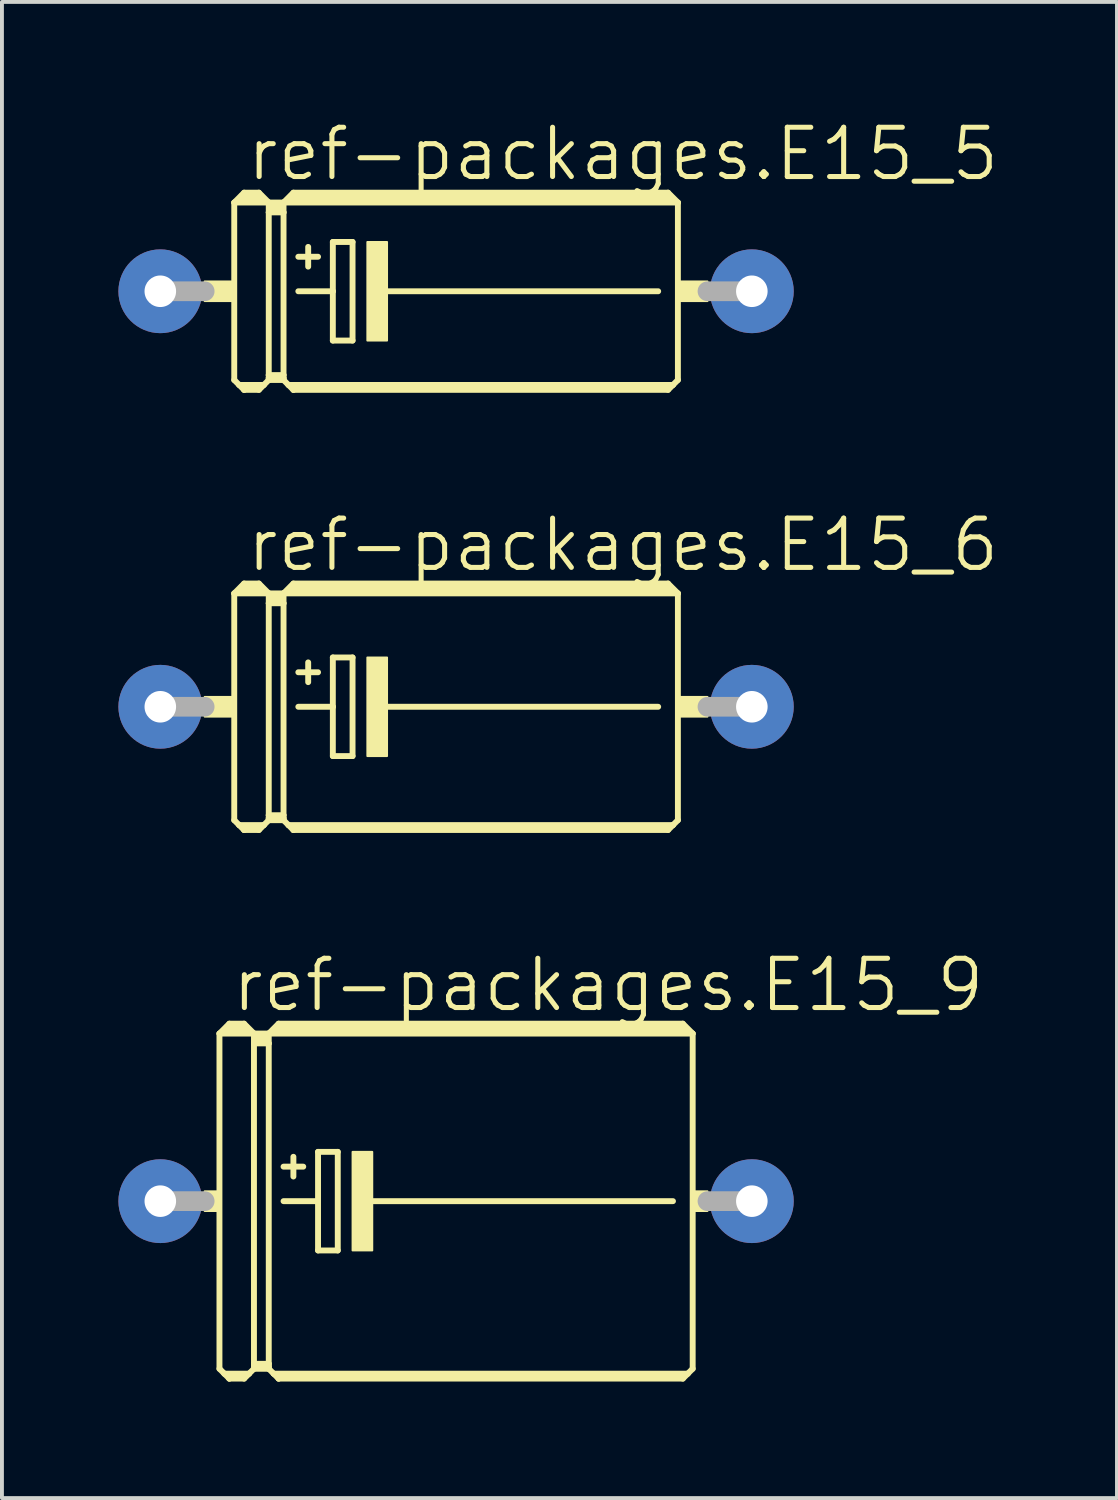
<source format=kicad_pcb>
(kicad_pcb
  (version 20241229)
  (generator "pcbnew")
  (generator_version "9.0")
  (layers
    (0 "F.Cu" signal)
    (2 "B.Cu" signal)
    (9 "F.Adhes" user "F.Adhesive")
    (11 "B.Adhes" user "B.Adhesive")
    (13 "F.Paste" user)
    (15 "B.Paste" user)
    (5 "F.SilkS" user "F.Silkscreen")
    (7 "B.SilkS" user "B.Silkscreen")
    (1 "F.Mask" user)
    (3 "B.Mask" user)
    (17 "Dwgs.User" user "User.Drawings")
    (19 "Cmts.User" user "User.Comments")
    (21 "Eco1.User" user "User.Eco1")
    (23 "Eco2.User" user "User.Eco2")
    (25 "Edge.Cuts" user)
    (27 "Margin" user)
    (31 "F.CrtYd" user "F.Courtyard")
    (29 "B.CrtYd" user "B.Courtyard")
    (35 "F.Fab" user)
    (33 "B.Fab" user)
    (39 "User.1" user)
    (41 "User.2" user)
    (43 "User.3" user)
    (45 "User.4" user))
  (footprint "ref-packages.E15_6"
    (layer "F.Cu")
    (at 8.7 15.159)
    (property "Reference" "ref-packages.E15_6" (at -5.461 -3.429 0) (layer "F.SilkS") (effects (font (size 1.27 1.27) (thickness 0.13)) (justify left bottom)))
    (attr through_hole)
    (fp_line (start -5.715 -2.921) (end -4.826 -2.921) (stroke (width 0.152) (type default)) (layer "F.SilkS"))
    (fp_line (start -5.715 2.921) (end -5.715 -2.921) (stroke (width 0.152) (type default)) (layer "F.SilkS"))
    (fp_line (start -5.715 2.921) (end -5.588 3.048) (stroke (width 0.152) (type default)) (layer "F.SilkS"))
    (fp_line (start -5.588 3.048) (end -5.461 3.175) (stroke (width 0.152) (type default)) (layer "F.SilkS"))
    (fp_line (start -5.588 3.048) (end -4.953 3.048) (stroke (width 0.152) (type default)) (layer "F.SilkS"))
    (fp_line (start -5.461 -3.175) (end -5.715 -2.921) (stroke (width 0.152) (type default)) (layer "F.SilkS"))
    (fp_line (start -5.461 -3.175) (end -5.08 -3.175) (stroke (width 0.152) (type default)) (layer "F.SilkS"))
    (fp_line (start -5.461 -3.048) (end -5.08 -3.048) (stroke (width 0.305) (type default)) (layer "F.SilkS"))
    (fp_line (start -5.461 3.124) (end -5.461 3.175) (stroke (width 0.152) (type default)) (layer "F.SilkS"))
    (fp_line (start -5.461 3.175) (end -5.08 3.175) (stroke (width 0.152) (type default)) (layer "F.SilkS"))
    (fp_line (start -5.08 -3.175) (end -4.826 -2.921) (stroke (width 0.152) (type default)) (layer "F.SilkS"))
    (fp_line (start -5.08 3.124) (end -5.461 3.124) (stroke (width 0.152) (type default)) (layer "F.SilkS"))
    (fp_line (start -5.08 3.175) (end -4.953 3.048) (stroke (width 0.152) (type default)) (layer "F.SilkS"))
    (fp_line (start -4.953 3.048) (end -4.826 2.921) (stroke (width 0.152) (type default)) (layer "F.SilkS"))
    (fp_line (start -4.826 -2.921) (end -4.826 -2.667) (stroke (width 0.152) (type default)) (layer "F.SilkS"))
    (fp_line (start -4.826 -2.921) (end -4.445 -2.921) (stroke (width 0.152) (type default)) (layer "F.SilkS"))
    (fp_line (start -4.826 -2.667) (end -4.826 2.794) (stroke (width 0.152) (type default)) (layer "F.SilkS"))
    (fp_line (start -4.826 -2.667) (end -4.445 -2.667) (stroke (width 0.152) (type default)) (layer "F.SilkS"))
    (fp_line (start -4.826 2.794) (end -4.826 2.87) (stroke (width 0.152) (type default)) (layer "F.SilkS"))
    (fp_line (start -4.826 2.794) (end -4.445 2.794) (stroke (width 0.152) (type default)) (layer "F.SilkS"))
    (fp_line (start -4.826 2.87) (end -4.826 2.921) (stroke (width 0.152) (type default)) (layer "F.SilkS"))
    (fp_line (start -4.826 2.921) (end -4.445 2.921) (stroke (width 0.152) (type default)) (layer "F.SilkS"))
    (fp_line (start -4.699 -2.794) (end -4.572 -2.794) (stroke (width 0.305) (type default)) (layer "F.SilkS"))
    (fp_line (start -4.445 -2.921) (end -4.445 -2.667) (stroke (width 0.152) (type default)) (layer "F.SilkS"))
    (fp_line (start -4.445 -2.921) (end -4.191 -3.175) (stroke (width 0.152) (type default)) (layer "F.SilkS"))
    (fp_line (start -4.445 -2.921) (end 5.715 -2.921) (stroke (width 0.152) (type default)) (layer "F.SilkS"))
    (fp_line (start -4.445 -2.667) (end -4.445 2.794) (stroke (width 0.152) (type default)) (layer "F.SilkS"))
    (fp_line (start -4.445 2.794) (end -4.445 2.87) (stroke (width 0.152) (type default)) (layer "F.SilkS"))
    (fp_line (start -4.445 2.87) (end -4.826 2.87) (stroke (width 0.152) (type default)) (layer "F.SilkS"))
    (fp_line (start -4.445 2.87) (end -4.445 2.921) (stroke (width 0.152) (type default)) (layer "F.SilkS"))
    (fp_line (start -4.445 2.921) (end -4.318 3.048) (stroke (width 0.152) (type default)) (layer "F.SilkS"))
    (fp_line (start -4.318 3.048) (end -4.191 3.175) (stroke (width 0.152) (type default)) (layer "F.SilkS"))
    (fp_line (start -4.318 3.048) (end 5.588 3.048) (stroke (width 0.152) (type default)) (layer "F.SilkS"))
    (fp_line (start -4.191 -3.175) (end 5.461 -3.175) (stroke (width 0.152) (type default)) (layer "F.SilkS"))
    (fp_line (start -4.191 -3.048) (end 5.461 -3.048) (stroke (width 0.305) (type default)) (layer "F.SilkS"))
    (fp_line (start -4.191 3.124) (end -4.191 3.175) (stroke (width 0.152) (type default)) (layer "F.SilkS"))
    (fp_line (start -4.191 3.175) (end 5.461 3.175) (stroke (width 0.152) (type default)) (layer "F.SilkS"))
    (fp_line (start -4.064 -0.889) (end -3.556 -0.889) (stroke (width 0.152) (type default)) (layer "F.SilkS"))
    (fp_line (start -4.064 0) (end -3.175 0) (stroke (width 0.152) (type default)) (layer "F.SilkS"))
    (fp_line (start -3.81 -1.143) (end -3.81 -0.635) (stroke (width 0.152) (type default)) (layer "F.SilkS"))
    (fp_line (start -3.175 -1.27) (end -3.175 0) (stroke (width 0.152) (type default)) (layer "F.SilkS"))
    (fp_line (start -3.175 0) (end -3.175 1.27) (stroke (width 0.152) (type default)) (layer "F.SilkS"))
    (fp_line (start -3.175 1.27) (end -2.667 1.27) (stroke (width 0.152) (type default)) (layer "F.SilkS"))
    (fp_line (start -2.667 -1.27) (end -3.175 -1.27) (stroke (width 0.152) (type default)) (layer "F.SilkS"))
    (fp_line (start -2.667 1.27) (end -2.667 -1.27) (stroke (width 0.152) (type default)) (layer "F.SilkS"))
    (fp_line (start -1.905 0) (end 5.207 0) (stroke (width 0.152) (type default)) (layer "F.SilkS"))
    (fp_line (start 5.461 3.124) (end -4.191 3.124) (stroke (width 0.152) (type default)) (layer "F.SilkS"))
    (fp_line (start 5.588 3.048) (end 5.461 3.175) (stroke (width 0.152) (type default)) (layer "F.SilkS"))
    (fp_line (start 5.715 -2.921) (end 5.461 -3.175) (stroke (width 0.152) (type default)) (layer "F.SilkS"))
    (fp_line (start 5.715 -2.921) (end 5.715 2.921) (stroke (width 0.152) (type default)) (layer "F.SilkS"))
    (fp_line (start 5.715 2.921) (end 5.588 3.048) (stroke (width 0.152) (type default)) (layer "F.SilkS"))
    (fp_rect (start -6.477 0.254) (end -5.715 -0.254) (stroke (width 0.05) (type default)) (fill yes) (layer "F.SilkS"))
    (fp_rect (start -2.286 1.27) (end -1.778 -1.27) (stroke (width 0.05) (type default)) (fill yes) (layer "F.SilkS"))
    (fp_rect (start 5.715 0.254) (end 6.477 -0.254) (stroke (width 0.05) (type default)) (fill yes) (layer "F.SilkS"))
    (fp_line (start -7.62 0) (end -6.477 0) (stroke (width 0.508) (type default)) (layer "F.Fab"))
    (fp_line (start 7.62 0) (end 6.477 0) (stroke (width 0.508) (type default)) (layer "F.Fab"))
    (pad "+" thru_hole circle (at -7.62 0) (size 2.159 2.159) (drill 0.813) (layers "*.Cu" "*.Mask"))
    (pad "-" thru_hole circle (at 7.62 0) (size 2.159 2.159) (drill 0.813) (layers "*.Cu" "*.Mask")))
  (footprint "ref-packages.E15_5"
    (layer "F.Cu")
    (at 8.7 4.454)
    (property "Reference" "ref-packages.E15_5" (at -5.461 -2.794 0) (layer "F.SilkS") (effects (font (size 1.27 1.27) (thickness 0.13)) (justify left bottom)))
    (attr through_hole)
    (fp_line (start -5.715 -2.286) (end -4.826 -2.286) (stroke (width 0.152) (type default)) (layer "F.SilkS"))
    (fp_line (start -5.715 2.286) (end -5.715 -2.286) (stroke (width 0.152) (type default)) (layer "F.SilkS"))
    (fp_line (start -5.715 2.286) (end -5.588 2.413) (stroke (width 0.152) (type default)) (layer "F.SilkS"))
    (fp_line (start -5.588 2.413) (end -5.461 2.54) (stroke (width 0.152) (type default)) (layer "F.SilkS"))
    (fp_line (start -5.588 2.413) (end -4.953 2.413) (stroke (width 0.152) (type default)) (layer "F.SilkS"))
    (fp_line (start -5.461 -2.54) (end -5.715 -2.286) (stroke (width 0.152) (type default)) (layer "F.SilkS"))
    (fp_line (start -5.461 -2.54) (end -5.08 -2.54) (stroke (width 0.152) (type default)) (layer "F.SilkS"))
    (fp_line (start -5.461 -2.413) (end -5.08 -2.413) (stroke (width 0.305) (type default)) (layer "F.SilkS"))
    (fp_line (start -5.461 2.489) (end -5.461 2.54) (stroke (width 0.152) (type default)) (layer "F.SilkS"))
    (fp_line (start -5.461 2.54) (end -5.08 2.54) (stroke (width 0.152) (type default)) (layer "F.SilkS"))
    (fp_line (start -5.08 -2.54) (end -4.826 -2.286) (stroke (width 0.152) (type default)) (layer "F.SilkS"))
    (fp_line (start -5.08 2.489) (end -5.461 2.489) (stroke (width 0.152) (type default)) (layer "F.SilkS"))
    (fp_line (start -5.08 2.54) (end -4.953 2.413) (stroke (width 0.152) (type default)) (layer "F.SilkS"))
    (fp_line (start -4.953 2.413) (end -4.826 2.286) (stroke (width 0.152) (type default)) (layer "F.SilkS"))
    (fp_line (start -4.826 -2.286) (end -4.826 -2.032) (stroke (width 0.152) (type default)) (layer "F.SilkS"))
    (fp_line (start -4.826 -2.286) (end -4.445 -2.286) (stroke (width 0.152) (type default)) (layer "F.SilkS"))
    (fp_line (start -4.826 -2.032) (end -4.826 2.159) (stroke (width 0.152) (type default)) (layer "F.SilkS"))
    (fp_line (start -4.826 -2.032) (end -4.445 -2.032) (stroke (width 0.152) (type default)) (layer "F.SilkS"))
    (fp_line (start -4.826 2.159) (end -4.826 2.235) (stroke (width 0.152) (type default)) (layer "F.SilkS"))
    (fp_line (start -4.826 2.159) (end -4.445 2.159) (stroke (width 0.152) (type default)) (layer "F.SilkS"))
    (fp_line (start -4.826 2.235) (end -4.826 2.286) (stroke (width 0.152) (type default)) (layer "F.SilkS"))
    (fp_line (start -4.826 2.286) (end -4.445 2.286) (stroke (width 0.152) (type default)) (layer "F.SilkS"))
    (fp_line (start -4.699 -2.159) (end -4.572 -2.159) (stroke (width 0.305) (type default)) (layer "F.SilkS"))
    (fp_line (start -4.445 -2.286) (end -4.445 -2.032) (stroke (width 0.152) (type default)) (layer "F.SilkS"))
    (fp_line (start -4.445 -2.286) (end -4.191 -2.54) (stroke (width 0.152) (type default)) (layer "F.SilkS"))
    (fp_line (start -4.445 -2.286) (end 5.715 -2.286) (stroke (width 0.152) (type default)) (layer "F.SilkS"))
    (fp_line (start -4.445 -2.032) (end -4.445 2.159) (stroke (width 0.152) (type default)) (layer "F.SilkS"))
    (fp_line (start -4.445 2.159) (end -4.445 2.235) (stroke (width 0.152) (type default)) (layer "F.SilkS"))
    (fp_line (start -4.445 2.235) (end -4.826 2.235) (stroke (width 0.152) (type default)) (layer "F.SilkS"))
    (fp_line (start -4.445 2.235) (end -4.445 2.286) (stroke (width 0.152) (type default)) (layer "F.SilkS"))
    (fp_line (start -4.445 2.286) (end -4.318 2.413) (stroke (width 0.152) (type default)) (layer "F.SilkS"))
    (fp_line (start -4.318 2.413) (end -4.191 2.54) (stroke (width 0.152) (type default)) (layer "F.SilkS"))
    (fp_line (start -4.318 2.413) (end 5.588 2.413) (stroke (width 0.152) (type default)) (layer "F.SilkS"))
    (fp_line (start -4.191 -2.54) (end 5.461 -2.54) (stroke (width 0.152) (type default)) (layer "F.SilkS"))
    (fp_line (start -4.191 -2.413) (end 5.461 -2.413) (stroke (width 0.305) (type default)) (layer "F.SilkS"))
    (fp_line (start -4.191 2.489) (end -4.191 2.54) (stroke (width 0.152) (type default)) (layer "F.SilkS"))
    (fp_line (start -4.191 2.54) (end 5.461 2.54) (stroke (width 0.152) (type default)) (layer "F.SilkS"))
    (fp_line (start -4.064 -0.889) (end -3.556 -0.889) (stroke (width 0.152) (type default)) (layer "F.SilkS"))
    (fp_line (start -4.064 0) (end -3.175 0) (stroke (width 0.152) (type default)) (layer "F.SilkS"))
    (fp_line (start -3.81 -1.143) (end -3.81 -0.635) (stroke (width 0.152) (type default)) (layer "F.SilkS"))
    (fp_line (start -3.175 -1.27) (end -3.175 0) (stroke (width 0.152) (type default)) (layer "F.SilkS"))
    (fp_line (start -3.175 0) (end -3.175 1.27) (stroke (width 0.152) (type default)) (layer "F.SilkS"))
    (fp_line (start -3.175 1.27) (end -2.667 1.27) (stroke (width 0.152) (type default)) (layer "F.SilkS"))
    (fp_line (start -2.667 -1.27) (end -3.175 -1.27) (stroke (width 0.152) (type default)) (layer "F.SilkS"))
    (fp_line (start -2.667 1.27) (end -2.667 -1.27) (stroke (width 0.152) (type default)) (layer "F.SilkS"))
    (fp_line (start -1.905 0) (end 5.207 0) (stroke (width 0.152) (type default)) (layer "F.SilkS"))
    (fp_line (start 5.461 2.489) (end -4.191 2.489) (stroke (width 0.152) (type default)) (layer "F.SilkS"))
    (fp_line (start 5.588 2.413) (end 5.461 2.54) (stroke (width 0.152) (type default)) (layer "F.SilkS"))
    (fp_line (start 5.715 -2.286) (end 5.461 -2.54) (stroke (width 0.152) (type default)) (layer "F.SilkS"))
    (fp_line (start 5.715 -2.286) (end 5.715 2.286) (stroke (width 0.152) (type default)) (layer "F.SilkS"))
    (fp_line (start 5.715 2.286) (end 5.588 2.413) (stroke (width 0.152) (type default)) (layer "F.SilkS"))
    (fp_rect (start -6.477 0.254) (end -5.715 -0.254) (stroke (width 0.05) (type default)) (fill yes) (layer "F.SilkS"))
    (fp_rect (start -2.286 1.27) (end -1.778 -1.27) (stroke (width 0.05) (type default)) (fill yes) (layer "F.SilkS"))
    (fp_rect (start 5.715 0.254) (end 6.477 -0.254) (stroke (width 0.05) (type default)) (fill yes) (layer "F.SilkS"))
    (fp_line (start -7.62 0) (end -6.477 0) (stroke (width 0.508) (type default)) (layer "F.Fab"))
    (fp_line (start 7.62 0) (end 6.477 0) (stroke (width 0.508) (type default)) (layer "F.Fab"))
    (pad "+" thru_hole circle (at -7.62 0) (size 2.159 2.159) (drill 0.813) (layers "*.Cu" "*.Mask"))
    (pad "-" thru_hole circle (at 7.62 0) (size 2.159 2.159) (drill 0.813) (layers "*.Cu" "*.Mask")))
  (footprint "ref-packages.E15_9"
    (layer "F.Cu")
    (at 8.7 27.896)
    (property "Reference" "ref-packages.E15_9" (at -5.842 -4.826 0) (layer "F.SilkS") (effects (font (size 1.27 1.27) (thickness 0.13)) (justify left bottom)))
    (attr through_hole)
    (fp_line (start -6.096 -4.318) (end -5.207 -4.318) (stroke (width 0.152) (type default)) (layer "F.SilkS"))
    (fp_line (start -6.096 4.318) (end -6.096 -4.318) (stroke (width 0.152) (type default)) (layer "F.SilkS"))
    (fp_line (start -6.096 4.318) (end -5.969 4.445) (stroke (width 0.152) (type default)) (layer "F.SilkS"))
    (fp_line (start -5.969 4.445) (end -5.842 4.572) (stroke (width 0.152) (type default)) (layer "F.SilkS"))
    (fp_line (start -5.969 4.445) (end -5.334 4.445) (stroke (width 0.152) (type default)) (layer "F.SilkS"))
    (fp_line (start -5.842 -4.572) (end -6.096 -4.318) (stroke (width 0.152) (type default)) (layer "F.SilkS"))
    (fp_line (start -5.842 -4.572) (end -5.461 -4.572) (stroke (width 0.152) (type default)) (layer "F.SilkS"))
    (fp_line (start -5.842 -4.445) (end -5.461 -4.445) (stroke (width 0.305) (type default)) (layer "F.SilkS"))
    (fp_line (start -5.842 4.521) (end -5.842 4.572) (stroke (width 0.152) (type default)) (layer "F.SilkS"))
    (fp_line (start -5.842 4.572) (end -5.461 4.572) (stroke (width 0.152) (type default)) (layer "F.SilkS"))
    (fp_line (start -5.461 -4.572) (end -5.207 -4.318) (stroke (width 0.152) (type default)) (layer "F.SilkS"))
    (fp_line (start -5.461 4.521) (end -5.842 4.521) (stroke (width 0.152) (type default)) (layer "F.SilkS"))
    (fp_line (start -5.461 4.572) (end -5.334 4.445) (stroke (width 0.152) (type default)) (layer "F.SilkS"))
    (fp_line (start -5.334 4.445) (end -5.207 4.318) (stroke (width 0.152) (type default)) (layer "F.SilkS"))
    (fp_line (start -5.207 -4.318) (end -5.207 -4.064) (stroke (width 0.152) (type default)) (layer "F.SilkS"))
    (fp_line (start -5.207 -4.318) (end -4.826 -4.318) (stroke (width 0.152) (type default)) (layer "F.SilkS"))
    (fp_line (start -5.207 -4.064) (end -5.207 4.191) (stroke (width 0.152) (type default)) (layer "F.SilkS"))
    (fp_line (start -5.207 -4.064) (end -4.826 -4.064) (stroke (width 0.152) (type default)) (layer "F.SilkS"))
    (fp_line (start -5.207 4.191) (end -5.207 4.267) (stroke (width 0.152) (type default)) (layer "F.SilkS"))
    (fp_line (start -5.207 4.191) (end -4.826 4.191) (stroke (width 0.152) (type default)) (layer "F.SilkS"))
    (fp_line (start -5.207 4.267) (end -5.207 4.318) (stroke (width 0.152) (type default)) (layer "F.SilkS"))
    (fp_line (start -5.207 4.318) (end -4.826 4.318) (stroke (width 0.152) (type default)) (layer "F.SilkS"))
    (fp_line (start -5.08 -4.191) (end -4.953 -4.191) (stroke (width 0.305) (type default)) (layer "F.SilkS"))
    (fp_line (start -4.826 -4.318) (end -4.826 -4.064) (stroke (width 0.152) (type default)) (layer "F.SilkS"))
    (fp_line (start -4.826 -4.318) (end -4.572 -4.572) (stroke (width 0.152) (type default)) (layer "F.SilkS"))
    (fp_line (start -4.826 -4.318) (end 6.096 -4.318) (stroke (width 0.152) (type default)) (layer "F.SilkS"))
    (fp_line (start -4.826 -4.064) (end -4.826 4.191) (stroke (width 0.152) (type default)) (layer "F.SilkS"))
    (fp_line (start -4.826 4.191) (end -4.826 4.267) (stroke (width 0.152) (type default)) (layer "F.SilkS"))
    (fp_line (start -4.826 4.267) (end -5.207 4.267) (stroke (width 0.152) (type default)) (layer "F.SilkS"))
    (fp_line (start -4.826 4.267) (end -4.826 4.318) (stroke (width 0.152) (type default)) (layer "F.SilkS"))
    (fp_line (start -4.826 4.318) (end -4.699 4.445) (stroke (width 0.152) (type default)) (layer "F.SilkS"))
    (fp_line (start -4.699 4.445) (end -4.572 4.572) (stroke (width 0.152) (type default)) (layer "F.SilkS"))
    (fp_line (start -4.699 4.445) (end 5.969 4.445) (stroke (width 0.152) (type default)) (layer "F.SilkS"))
    (fp_line (start -4.572 -4.572) (end 5.842 -4.572) (stroke (width 0.152) (type default)) (layer "F.SilkS"))
    (fp_line (start -4.572 -4.445) (end 5.842 -4.445) (stroke (width 0.305) (type default)) (layer "F.SilkS"))
    (fp_line (start -4.572 4.521) (end -4.572 4.572) (stroke (width 0.152) (type default)) (layer "F.SilkS"))
    (fp_line (start -4.572 4.572) (end 5.842 4.572) (stroke (width 0.152) (type default)) (layer "F.SilkS"))
    (fp_line (start -4.445 -0.889) (end -3.937 -0.889) (stroke (width 0.152) (type default)) (layer "F.SilkS"))
    (fp_line (start -4.445 0) (end -3.556 0) (stroke (width 0.152) (type default)) (layer "F.SilkS"))
    (fp_line (start -4.191 -1.143) (end -4.191 -0.635) (stroke (width 0.152) (type default)) (layer "F.SilkS"))
    (fp_line (start -3.556 -1.27) (end -3.556 0) (stroke (width 0.152) (type default)) (layer "F.SilkS"))
    (fp_line (start -3.556 0) (end -3.556 1.27) (stroke (width 0.152) (type default)) (layer "F.SilkS"))
    (fp_line (start -3.556 1.27) (end -3.048 1.27) (stroke (width 0.152) (type default)) (layer "F.SilkS"))
    (fp_line (start -3.048 -1.27) (end -3.556 -1.27) (stroke (width 0.152) (type default)) (layer "F.SilkS"))
    (fp_line (start -3.048 1.27) (end -3.048 -1.27) (stroke (width 0.152) (type default)) (layer "F.SilkS"))
    (fp_line (start -2.286 0) (end 5.588 0) (stroke (width 0.152) (type default)) (layer "F.SilkS"))
    (fp_line (start 5.842 4.521) (end -4.572 4.521) (stroke (width 0.152) (type default)) (layer "F.SilkS"))
    (fp_line (start 5.969 4.445) (end 5.842 4.572) (stroke (width 0.152) (type default)) (layer "F.SilkS"))
    (fp_line (start 6.096 -4.318) (end 5.842 -4.572) (stroke (width 0.152) (type default)) (layer "F.SilkS"))
    (fp_line (start 6.096 -4.318) (end 6.096 4.318) (stroke (width 0.152) (type default)) (layer "F.SilkS"))
    (fp_line (start 6.096 4.318) (end 5.969 4.445) (stroke (width 0.152) (type default)) (layer "F.SilkS"))
    (fp_rect (start -6.477 0.254) (end -6.096 -0.254) (stroke (width 0.05) (type default)) (fill yes) (layer "F.SilkS"))
    (fp_rect (start -2.667 1.27) (end -2.159 -1.27) (stroke (width 0.05) (type default)) (fill yes) (layer "F.SilkS"))
    (fp_rect (start 6.096 0.254) (end 6.477 -0.254) (stroke (width 0.05) (type default)) (fill yes) (layer "F.SilkS"))
    (fp_line (start -7.62 0) (end -6.477 0) (stroke (width 0.508) (type default)) (layer "F.Fab"))
    (fp_line (start 7.62 0) (end 6.477 0) (stroke (width 0.508) (type default)) (layer "F.Fab"))
    (pad "+" thru_hole circle (at -7.62 0) (size 2.159 2.159) (drill 0.813) (layers "*.Cu" "*.Mask"))
    (pad "-" thru_hole circle (at 7.62 0) (size 2.159 2.159) (drill 0.813) (layers "*.Cu" "*.Mask")))
  (gr_rect
    (start -3 -3)
    (end 25.727 35.545)
    (stroke (width 0.1) (type default))
    (fill no)
    (layer "Edge.Cuts")))
</source>
